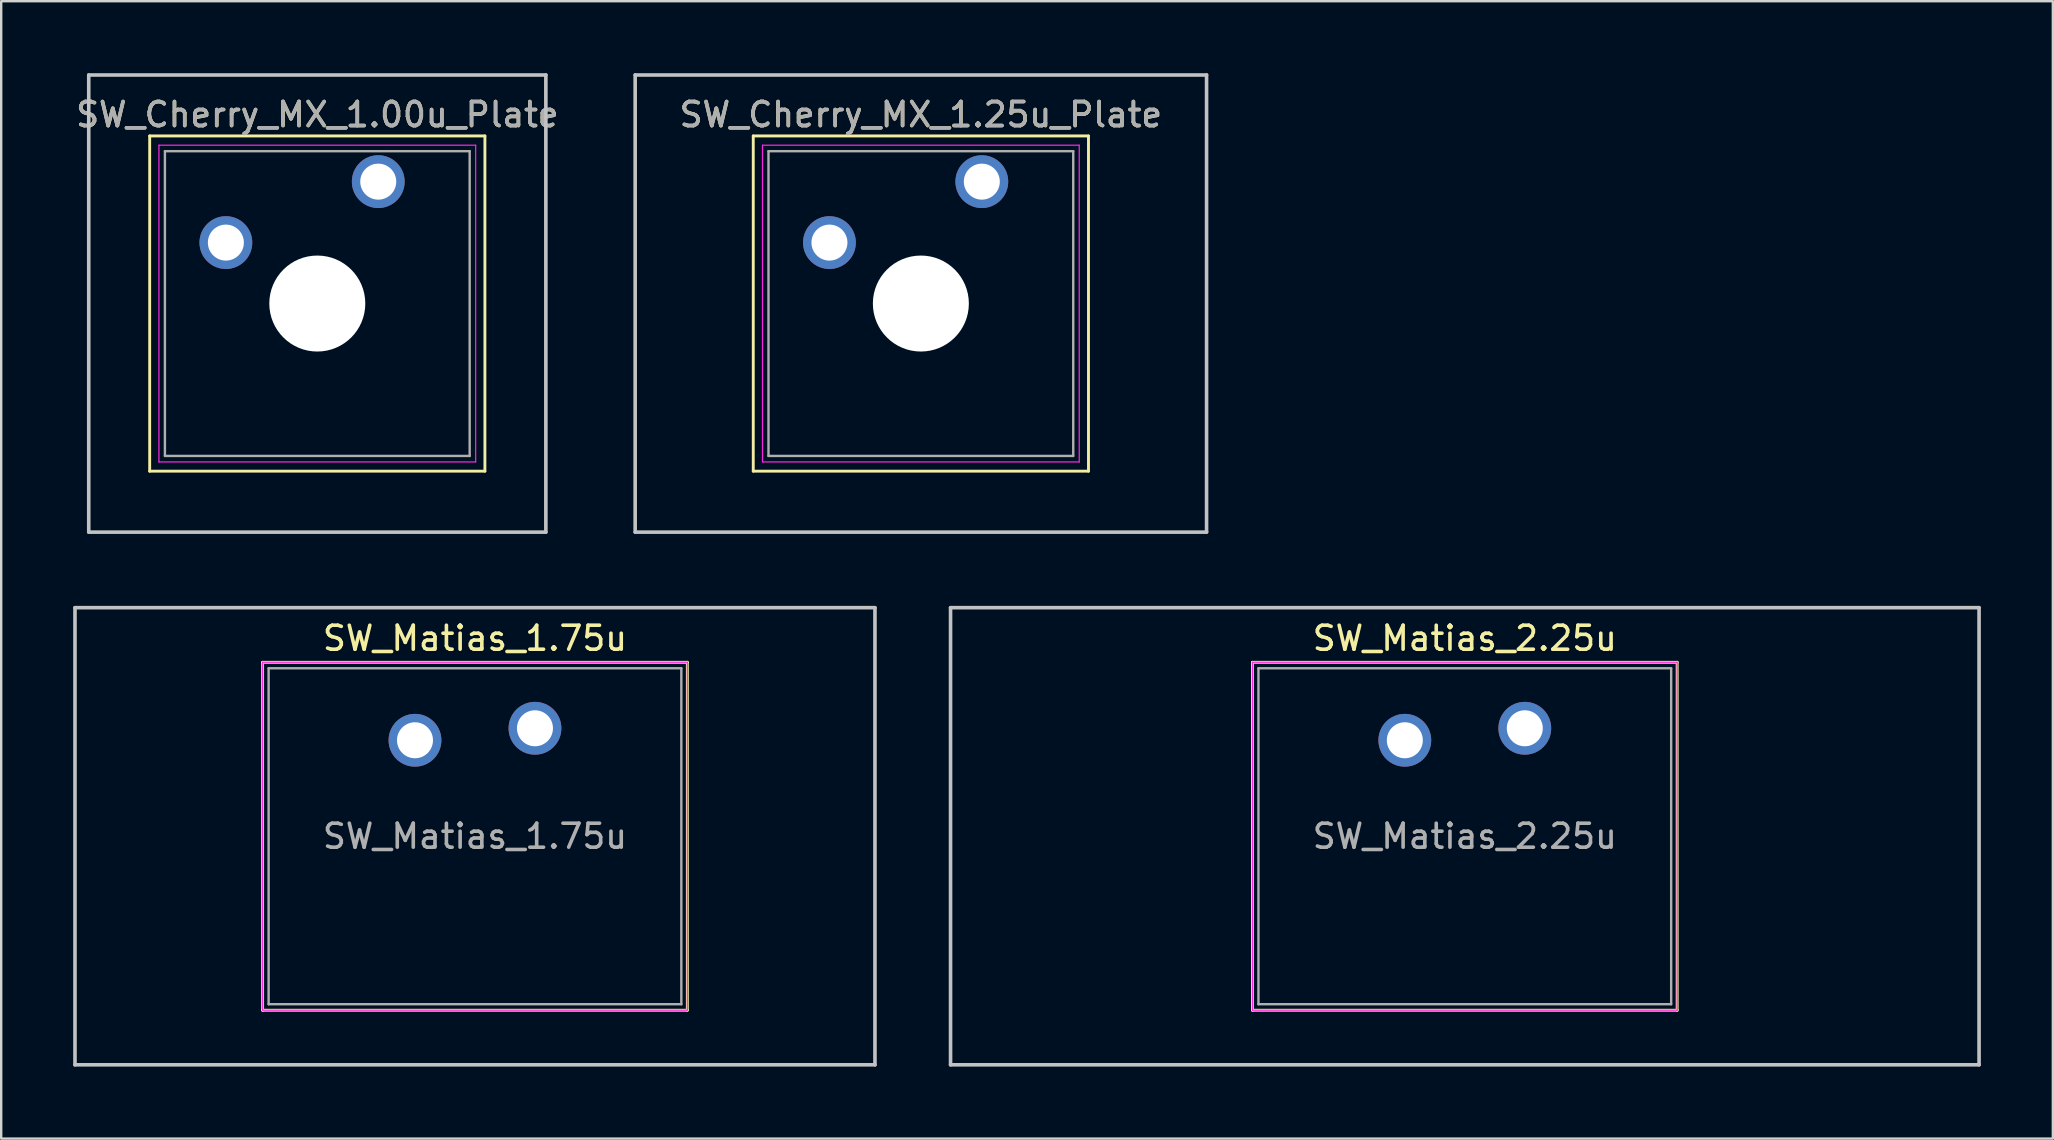
<source format=kicad_pcb>
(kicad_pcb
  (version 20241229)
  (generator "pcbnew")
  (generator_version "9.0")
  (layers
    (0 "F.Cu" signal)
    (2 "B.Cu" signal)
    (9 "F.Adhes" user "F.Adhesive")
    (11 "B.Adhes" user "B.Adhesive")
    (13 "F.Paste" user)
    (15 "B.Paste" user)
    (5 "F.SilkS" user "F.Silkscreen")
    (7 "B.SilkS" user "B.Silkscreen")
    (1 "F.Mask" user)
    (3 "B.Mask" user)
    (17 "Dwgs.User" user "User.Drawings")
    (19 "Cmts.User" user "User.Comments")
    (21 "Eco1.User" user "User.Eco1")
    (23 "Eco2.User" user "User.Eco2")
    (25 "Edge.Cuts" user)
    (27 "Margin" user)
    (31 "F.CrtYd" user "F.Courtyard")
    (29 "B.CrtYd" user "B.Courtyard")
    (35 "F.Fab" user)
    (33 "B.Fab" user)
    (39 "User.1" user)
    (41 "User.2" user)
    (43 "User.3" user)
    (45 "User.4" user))
  (footprint "SW_Cherry_MX_1.25u_Plate"
    (layer "F.Cu")
    (at 37.866 4.52)
    (property "Reference" "SW_Cherry_MX_1.25u_Plate" (at -2.54 -2.794 0) (layer "F.SilkS") (effects (font (size 1 1) (thickness 0.15))))
    (attr through_hole)
    (fp_line (start -9.525 -1.905) (end 4.445 -1.905) (stroke (width 0.12) (type solid)) (layer "F.SilkS"))
    (fp_line (start -9.525 12.065) (end -9.525 -1.905) (stroke (width 0.12) (type solid)) (layer "F.SilkS"))
    (fp_line (start 4.445 -1.905) (end 4.445 12.065) (stroke (width 0.12) (type solid)) (layer "F.SilkS"))
    (fp_line (start 4.445 12.065) (end -9.525 12.065) (stroke (width 0.12) (type solid)) (layer "F.SilkS"))
    (fp_line (start -14.446 -4.445) (end 9.366 -4.445) (stroke (width 0.15) (type solid)) (layer "Dwgs.User"))
    (fp_line (start -14.446 14.605) (end -14.446 -4.445) (stroke (width 0.15) (type solid)) (layer "Dwgs.User"))
    (fp_line (start 9.366 -4.445) (end 9.366 14.605) (stroke (width 0.15) (type solid)) (layer "Dwgs.User"))
    (fp_line (start 9.366 14.605) (end -14.446 14.605) (stroke (width 0.15) (type solid)) (layer "Dwgs.User"))
    (fp_line (start -9.14 -1.52) (end 4.06 -1.52) (stroke (width 0.05) (type solid)) (layer "F.CrtYd"))
    (fp_line (start -9.14 11.68) (end -9.14 -1.52) (stroke (width 0.05) (type solid)) (layer "F.CrtYd"))
    (fp_line (start 4.06 -1.52) (end 4.06 11.68) (stroke (width 0.05) (type solid)) (layer "F.CrtYd"))
    (fp_line (start 4.06 11.68) (end -9.14 11.68) (stroke (width 0.05) (type solid)) (layer "F.CrtYd"))
    (fp_line (start -8.89 -1.27) (end 3.81 -1.27) (stroke (width 0.1) (type solid)) (layer "F.Fab"))
    (fp_line (start -8.89 11.43) (end -8.89 -1.27) (stroke (width 0.1) (type solid)) (layer "F.Fab"))
    (fp_line (start 3.81 -1.27) (end 3.81 11.43) (stroke (width 0.1) (type solid)) (layer "F.Fab"))
    (fp_line (start 3.81 11.43) (end -8.89 11.43) (stroke (width 0.1) (type solid)) (layer "F.Fab"))
    (fp_text user "${REFERENCE}" (at -2.54 -2.794 0) (layer "F.Fab") (effects (font (size 1 1) (thickness 0.15))))
    (pad "" np_thru_hole circle (at -2.54 5.08) (size 4 4) (drill 4) (layers "*.Cu" "*.Mask"))
    (pad "1" thru_hole circle (at 0 0) (size 2.2 2.2) (drill 1.5) (layers "*.Cu" "*.Mask"))
    (pad "2" thru_hole circle (at -6.35 2.54) (size 2.2 2.2) (drill 1.5) (layers "*.Cu" "*.Mask")))
  (footprint "SW_Matias_1.75u"
    (layer "F.Cu")
    (at 19.244 27.3)
    (property "Reference" "SW_Matias_1.75u" (at -2.5 -3.75 0) (layer "F.SilkS") (effects (font (size 1 1) (thickness 0.15))))
    (attr through_hole)
    (fp_line (start -11.35 -2.75) (end 6.35 -2.75) (stroke (width 0.12) (type solid)) (layer "F.SilkS"))
    (fp_line (start -11.35 11.75) (end -11.35 -2.75) (stroke (width 0.12) (type solid)) (layer "F.SilkS"))
    (fp_line (start 6.35 -2.75) (end 6.35 11.75) (stroke (width 0.12) (type solid)) (layer "F.SilkS"))
    (fp_line (start 6.35 11.75) (end -11.35 11.75) (stroke (width 0.12) (type solid)) (layer "F.SilkS"))
    (fp_line (start -19.169 -5.025) (end 14.169 -5.025) (stroke (width 0.15) (type solid)) (layer "Dwgs.User"))
    (fp_line (start -19.169 14.025) (end -19.169 -5.025) (stroke (width 0.15) (type solid)) (layer "Dwgs.User"))
    (fp_line (start 14.169 -5.025) (end 14.169 14.025) (stroke (width 0.15) (type solid)) (layer "Dwgs.User"))
    (fp_line (start 14.169 14.025) (end -19.169 14.025) (stroke (width 0.15) (type solid)) (layer "Dwgs.User"))
    (fp_line (start -11.35 -2.75) (end -11.35 11.75) (stroke (width 0.05) (type solid)) (layer "F.CrtYd"))
    (fp_line (start -11.35 -2.75) (end 6.35 -2.75) (stroke (width 0.05) (type solid)) (layer "F.CrtYd"))
    (fp_line (start -11.35 11.75) (end 6.35 11.75) (stroke (width 0.05) (type solid)) (layer "F.CrtYd"))
    (fp_line (start 6.35 11.75) (end 6.35 -2.75) (stroke (width 0.05) (type solid)) (layer "F.CrtYd"))
    (fp_line (start -11.1 -2.5) (end 6.1 -2.5) (stroke (width 0.1) (type solid)) (layer "F.Fab"))
    (fp_line (start -11.1 11.5) (end -11.1 -2.5) (stroke (width 0.1) (type solid)) (layer "F.Fab"))
    (fp_line (start 6.1 -2.5) (end 6.1 11.5) (stroke (width 0.1) (type solid)) (layer "F.Fab"))
    (fp_line (start 6.1 11.5) (end -11.1 11.5) (stroke (width 0.1) (type solid)) (layer "F.Fab"))
    (fp_text user "${REFERENCE}" (at -2.5 4.5 0) (layer "F.Fab") (effects (font (size 1 1) (thickness 0.15))))
    (pad "1" thru_hole circle (at 0 0) (size 2.2 2.2) (drill 1.5) (layers "*.Cu" "*.Mask"))
    (pad "2" thru_hole circle (at -5 0.5) (size 2.2 2.2) (drill 1.5) (layers "*.Cu" "*.Mask")))
  (footprint "SW_Cherry_MX_1.00u_Plate"
    (layer "F.Cu")
    (at 12.713 4.52)
    (property "Reference" "SW_Cherry_MX_1.00u_Plate" (at -2.54 -2.794 0) (layer "F.SilkS") (effects (font (size 1 1) (thickness 0.15))))
    (attr through_hole)
    (fp_line (start -9.525 -1.905) (end 4.445 -1.905) (stroke (width 0.12) (type solid)) (layer "F.SilkS"))
    (fp_line (start -9.525 12.065) (end -9.525 -1.905) (stroke (width 0.12) (type solid)) (layer "F.SilkS"))
    (fp_line (start 4.445 -1.905) (end 4.445 12.065) (stroke (width 0.12) (type solid)) (layer "F.SilkS"))
    (fp_line (start 4.445 12.065) (end -9.525 12.065) (stroke (width 0.12) (type solid)) (layer "F.SilkS"))
    (fp_line (start -12.065 -4.445) (end 6.985 -4.445) (stroke (width 0.15) (type solid)) (layer "Dwgs.User"))
    (fp_line (start -12.065 14.605) (end -12.065 -4.445) (stroke (width 0.15) (type solid)) (layer "Dwgs.User"))
    (fp_line (start 6.985 -4.445) (end 6.985 14.605) (stroke (width 0.15) (type solid)) (layer "Dwgs.User"))
    (fp_line (start 6.985 14.605) (end -12.065 14.605) (stroke (width 0.15) (type solid)) (layer "Dwgs.User"))
    (fp_line (start -9.14 -1.52) (end 4.06 -1.52) (stroke (width 0.05) (type solid)) (layer "F.CrtYd"))
    (fp_line (start -9.14 11.68) (end -9.14 -1.52) (stroke (width 0.05) (type solid)) (layer "F.CrtYd"))
    (fp_line (start 4.06 -1.52) (end 4.06 11.68) (stroke (width 0.05) (type solid)) (layer "F.CrtYd"))
    (fp_line (start 4.06 11.68) (end -9.14 11.68) (stroke (width 0.05) (type solid)) (layer "F.CrtYd"))
    (fp_line (start -8.89 -1.27) (end 3.81 -1.27) (stroke (width 0.1) (type solid)) (layer "F.Fab"))
    (fp_line (start -8.89 11.43) (end -8.89 -1.27) (stroke (width 0.1) (type solid)) (layer "F.Fab"))
    (fp_line (start 3.81 -1.27) (end 3.81 11.43) (stroke (width 0.1) (type solid)) (layer "F.Fab"))
    (fp_line (start 3.81 11.43) (end -8.89 11.43) (stroke (width 0.1) (type solid)) (layer "F.Fab"))
    (fp_text user "${REFERENCE}" (at -2.54 -2.794 0) (layer "F.Fab") (effects (font (size 1 1) (thickness 0.15))))
    (pad "" np_thru_hole circle (at -2.54 5.08) (size 4 4) (drill 4) (layers "*.Cu" "*.Mask"))
    (pad "1" thru_hole circle (at 0 0) (size 2.2 2.2) (drill 1.5) (layers "*.Cu" "*.Mask"))
    (pad "2" thru_hole circle (at -6.35 2.54) (size 2.2 2.2) (drill 1.5) (layers "*.Cu" "*.Mask")))
  (footprint "SW_Matias_2.25u"
    (layer "F.Cu")
    (at 60.494 27.3)
    (property "Reference" "SW_Matias_2.25u" (at -2.5 -3.75 0) (layer "F.SilkS") (effects (font (size 1 1) (thickness 0.15))))
    (attr through_hole)
    (fp_line (start -11.35 -2.75) (end 6.35 -2.75) (stroke (width 0.12) (type solid)) (layer "F.SilkS"))
    (fp_line (start -11.35 11.75) (end -11.35 -2.75) (stroke (width 0.12) (type solid)) (layer "F.SilkS"))
    (fp_line (start 6.35 -2.75) (end 6.35 11.75) (stroke (width 0.12) (type solid)) (layer "F.SilkS"))
    (fp_line (start 6.35 11.75) (end -11.35 11.75) (stroke (width 0.12) (type solid)) (layer "F.SilkS"))
    (fp_line (start -23.931 -5.025) (end 18.931 -5.025) (stroke (width 0.15) (type solid)) (layer "Dwgs.User"))
    (fp_line (start -23.931 14.025) (end -23.931 -5.025) (stroke (width 0.15) (type solid)) (layer "Dwgs.User"))
    (fp_line (start 18.931 -5.025) (end 18.931 14.025) (stroke (width 0.15) (type solid)) (layer "Dwgs.User"))
    (fp_line (start 18.931 14.025) (end -23.931 14.025) (stroke (width 0.15) (type solid)) (layer "Dwgs.User"))
    (fp_line (start -11.35 -2.75) (end -11.35 11.75) (stroke (width 0.05) (type solid)) (layer "F.CrtYd"))
    (fp_line (start -11.35 -2.75) (end 6.35 -2.75) (stroke (width 0.05) (type solid)) (layer "F.CrtYd"))
    (fp_line (start -11.35 11.75) (end 6.35 11.75) (stroke (width 0.05) (type solid)) (layer "F.CrtYd"))
    (fp_line (start 6.35 11.75) (end 6.35 -2.75) (stroke (width 0.05) (type solid)) (layer "F.CrtYd"))
    (fp_line (start -11.1 -2.5) (end 6.1 -2.5) (stroke (width 0.1) (type solid)) (layer "F.Fab"))
    (fp_line (start -11.1 11.5) (end -11.1 -2.5) (stroke (width 0.1) (type solid)) (layer "F.Fab"))
    (fp_line (start 6.1 -2.5) (end 6.1 11.5) (stroke (width 0.1) (type solid)) (layer "F.Fab"))
    (fp_line (start 6.1 11.5) (end -11.1 11.5) (stroke (width 0.1) (type solid)) (layer "F.Fab"))
    (fp_text user "${REFERENCE}" (at -2.5 4.5 0) (layer "F.Fab") (effects (font (size 1 1) (thickness 0.15))))
    (pad "1" thru_hole circle (at 0 0) (size 2.2 2.2) (drill 1.5) (layers "*.Cu" "*.Mask"))
    (pad "2" thru_hole circle (at -5 0.5) (size 2.2 2.2) (drill 1.5) (layers "*.Cu" "*.Mask")))
  (gr_rect
    (start -3 -3)
    (end 82.5 44.4)
    (stroke (width 0.1) (type default))
    (fill no)
    (layer "Edge.Cuts")))
</source>
